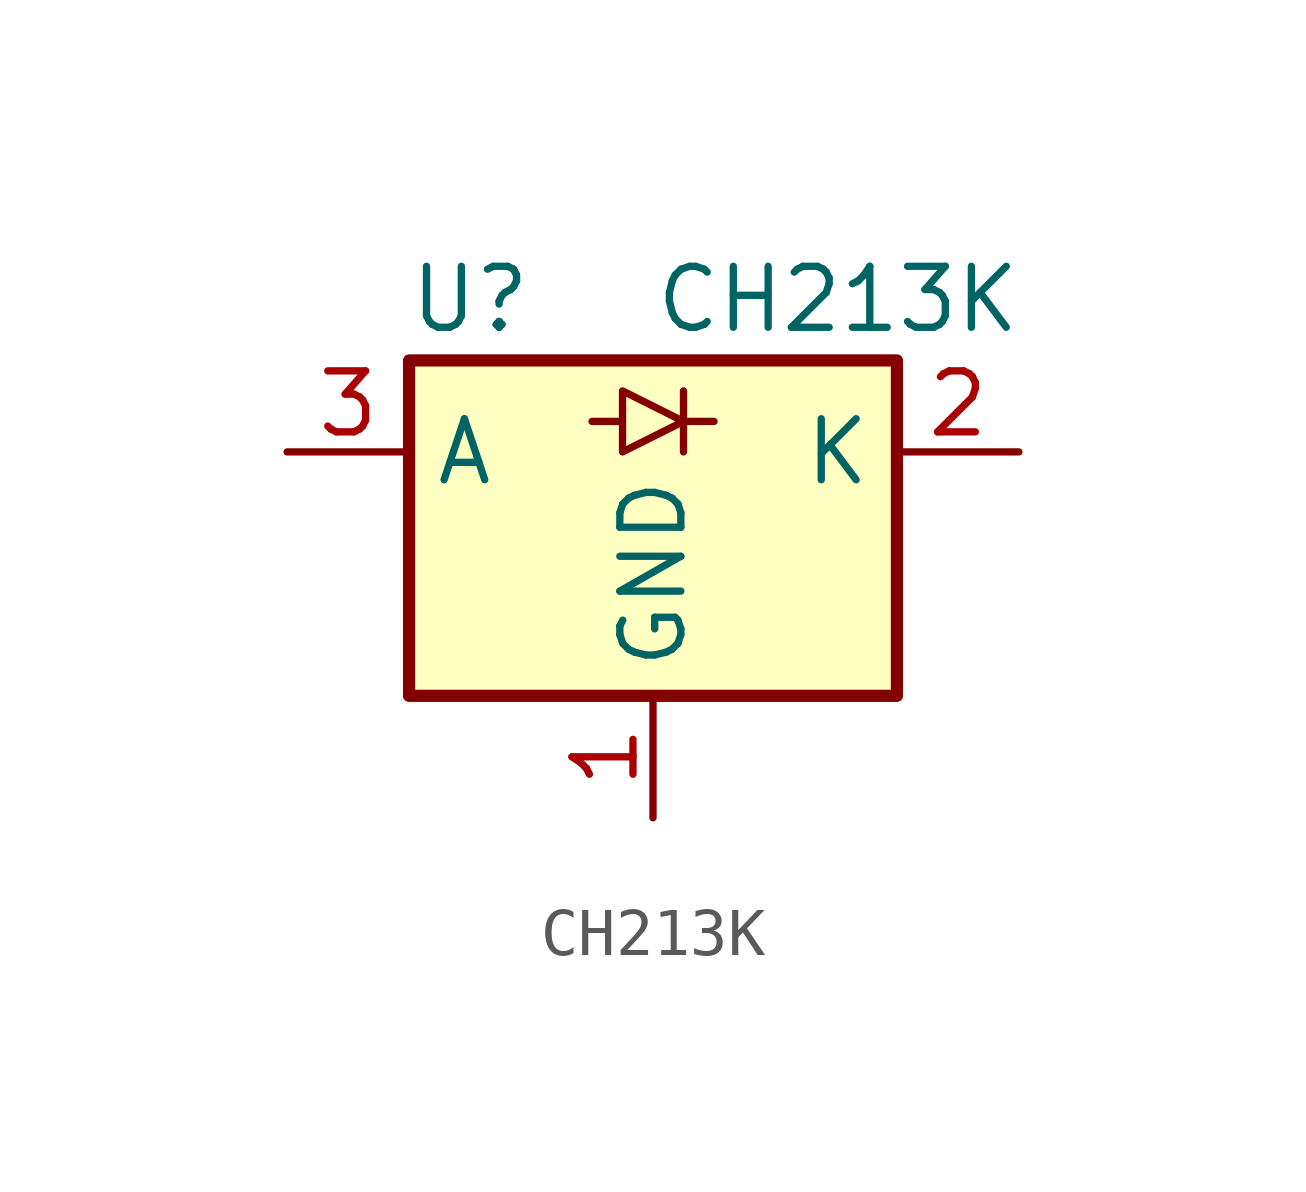
<source format=kicad_sym>
(kicad_symbol_lib
  (version 20220914)
  (generator kicad_symbol_editor)
  (symbol "CH213K"
    (property "Reference" "U"
      (at -3.81 3.175 0)
      (effects (font (size 1.27 1.27))))
    (property "Value" "CH213K"
      (at 0 3.175 0)
      (effects (font (size 1.27 1.27)) (justify left)))
    (symbol "CH213K_0_1"
      (rectangle (start -5.08 1.905) (end 5.08 -5.08) (stroke (width 0.254) (type default)) (fill (type background)))
      (polyline (pts (xy -0.635 0.635) (xy -1.27 0.635)) (stroke (width 0) (type default)) (fill (type none)))
      (polyline (pts (xy 0.635 0.635) (xy 1.27 0.635)) (stroke (width 0) (type default)) (fill (type none)))
      (polyline (pts (xy 0.635 1.27) (xy 0.635 0)) (stroke (width 0) (type default)) (fill (type none)))
      (polyline (pts (xy -0.635 1.27) (xy -0.635 0) (xy 0.635 0.635) (xy -0.635 1.27)) (stroke (width 0) (type default)) (fill (type none))))
    (symbol "CH213K_1_1"
      (pin input line (at 0 -7.62 90) (length 2.54) (name "GND" (effects (font (size 1.27 1.27)))) (number "1" (effects (font (size 1.27 1.27)))))
      (pin power_out line (at 7.62 0 180) (length 2.54) (name "K" (effects (font (size 1.27 1.27)))) (number "2" (effects (font (size 1.27 1.27)))))
      (pin power_in line (at -7.62 0 0) (length 2.54) (name "A" (effects (font (size 1.27 1.27)))) (number "3" (effects (font (size 1.27 1.27))))))))
</source>
